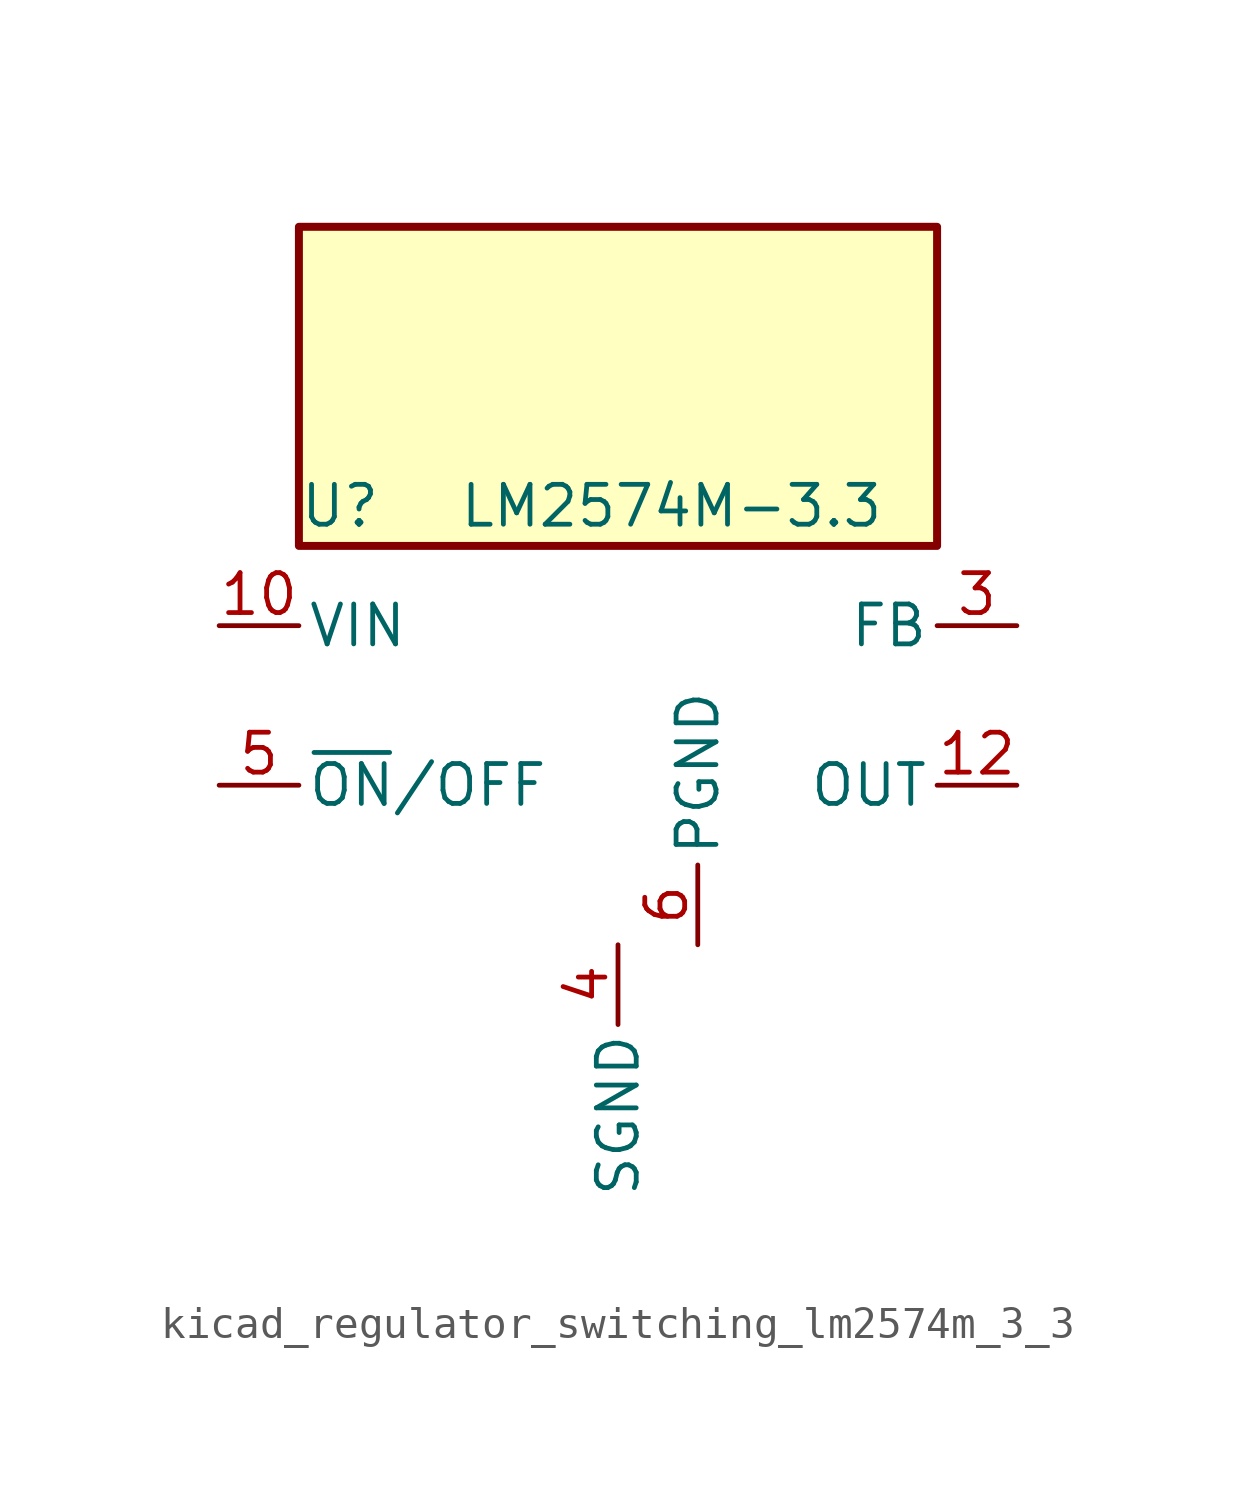
<source format=kicad_sym>
(kicad_symbol_lib
  (version 20220914)
  (generator kicad_symbol_editor)
  (symbol "kicad_regulator_switching_lm2574m_3_3"
    (pin_names
      (offset 0.254))
    (property "Reference" "U"
      (at -10.16 6.35 0)
      (effects (font (size 1.27 1.27)) (justify left)))
    (property "Value" "LM2574M-3.3"
      (at -5.08 6.35 0)
      (effects (font (size 1.27 1.27)) (justify left)))
    (symbol "kicad_regulator_switching_lm2574m_3_3_0_1"
      (rectangle (start 10.16 15.24) (end -10.16 5.08) (stroke (width 0.254) (type default)) (fill (type background))))
    (symbol "kicad_regulator_switching_lm2574m_3_3_1_1"
      (pin power_in line (at -12.7 2.54 0) (length 2.54) (name "VIN" (effects (font (size 1.27 1.27)))) (number "10" (effects (font (size 1.27 1.27)))))
      (pin output line (at 12.7 -2.54 180) (length 2.54) (name "OUT" (effects (font (size 1.27 1.27)))) (number "12" (effects (font (size 1.27 1.27)))))
      (pin input line (at 12.7 2.54 180) (length 2.54) (name "FB" (effects (font (size 1.27 1.27)))) (number "3" (effects (font (size 1.27 1.27)))))
      (pin power_in line (at 0 -7.62 270) (length 2.54) (name "SGND" (effects (font (size 1.27 1.27)))) (number "4" (effects (font (size 1.27 1.27)))))
      (pin input line (at -12.7 -2.54 0) (length 2.54) (name "~{ON}/OFF" (effects (font (size 1.27 1.27)))) (number "5" (effects (font (size 1.27 1.27)))))
      (pin power_in line (at 2.54 -7.62 90) (length 2.54) (name "PGND" (effects (font (size 1.27 1.27)))) (number "6" (effects (font (size 1.27 1.27))))))))
</source>
